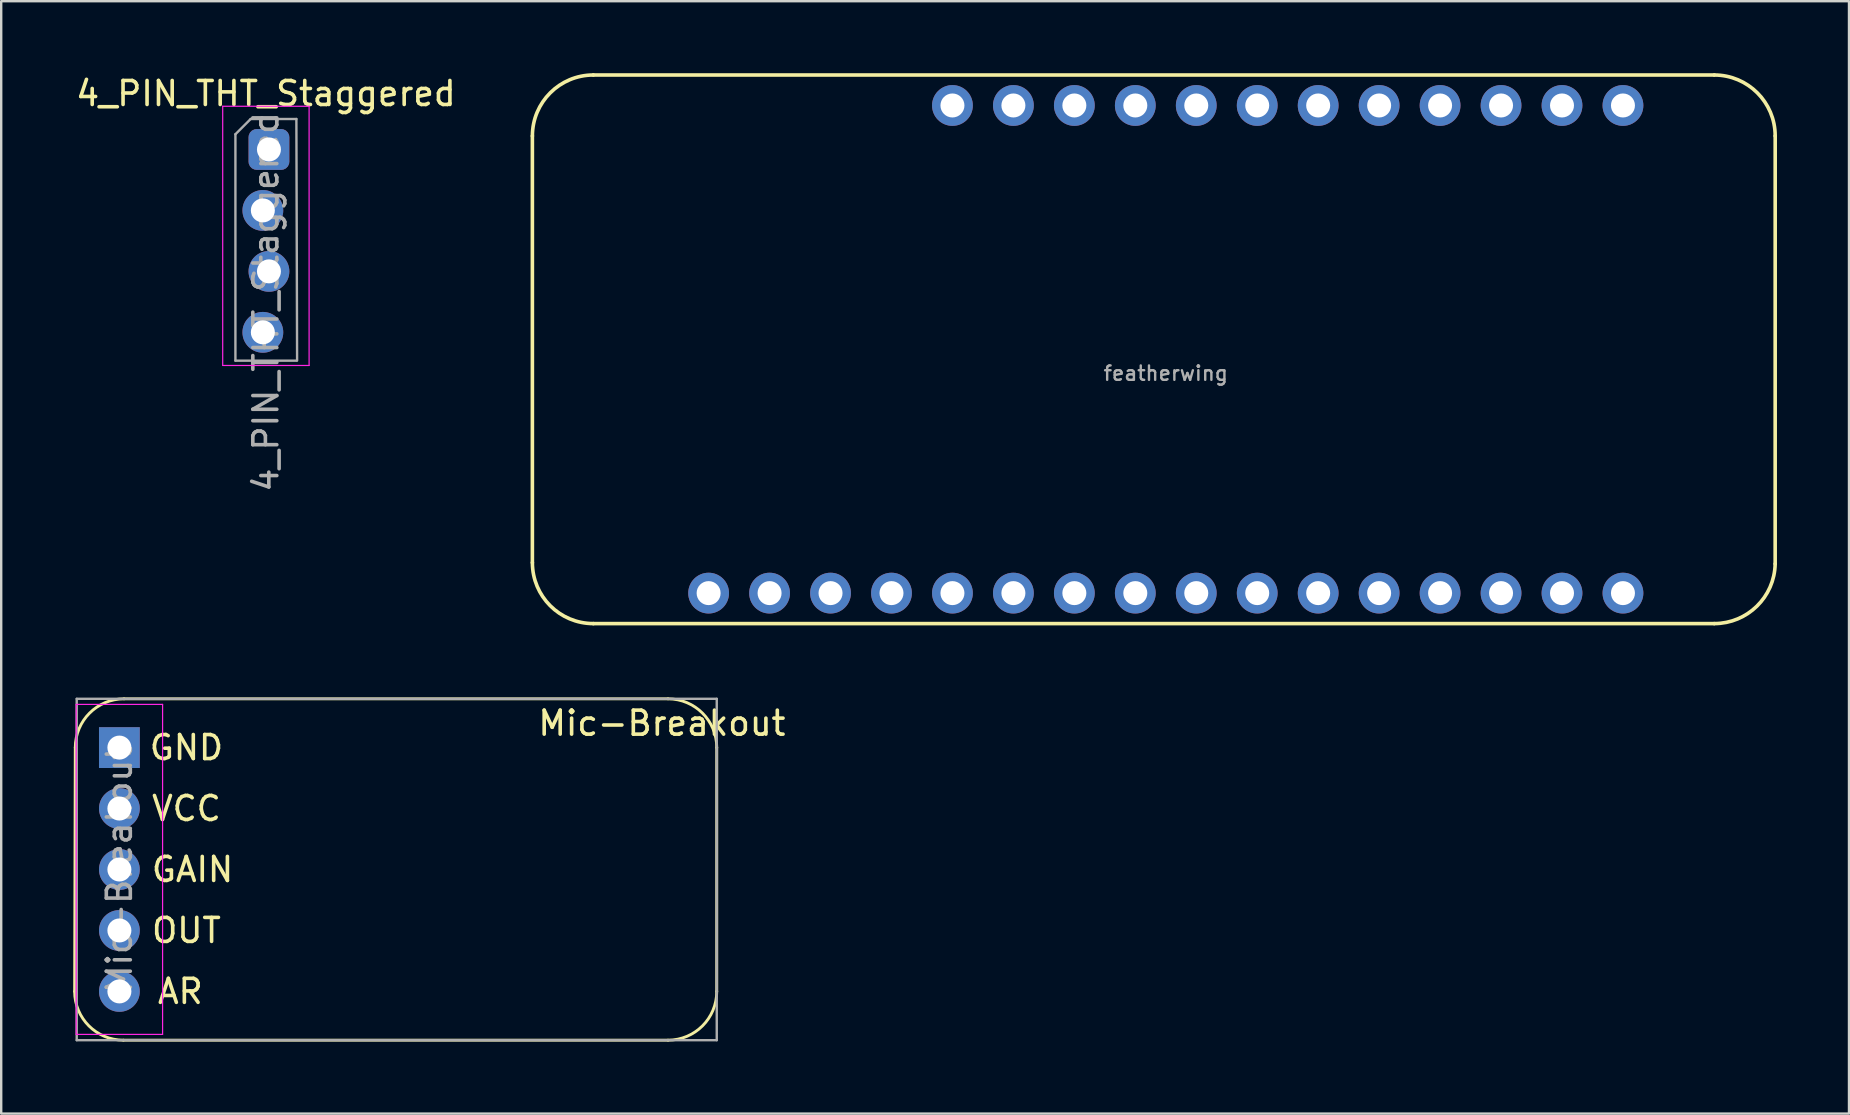
<source format=kicad_pcb>
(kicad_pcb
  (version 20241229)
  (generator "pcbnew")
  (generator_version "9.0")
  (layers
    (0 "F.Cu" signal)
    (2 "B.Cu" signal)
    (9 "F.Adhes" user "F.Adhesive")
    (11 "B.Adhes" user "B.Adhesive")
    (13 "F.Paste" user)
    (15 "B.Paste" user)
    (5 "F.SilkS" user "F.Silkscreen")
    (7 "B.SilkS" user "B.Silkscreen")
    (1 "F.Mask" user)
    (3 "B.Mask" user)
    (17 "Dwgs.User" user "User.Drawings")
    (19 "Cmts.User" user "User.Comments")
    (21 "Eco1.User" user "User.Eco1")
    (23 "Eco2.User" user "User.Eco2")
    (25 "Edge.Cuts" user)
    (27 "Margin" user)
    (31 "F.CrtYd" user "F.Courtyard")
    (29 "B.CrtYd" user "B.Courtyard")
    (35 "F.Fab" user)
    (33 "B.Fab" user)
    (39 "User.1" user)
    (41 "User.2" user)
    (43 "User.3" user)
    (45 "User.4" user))
  (footprint "Mic-Breakout"
    (layer "F.Cu")
    (at 1.925 28.102)
    (property "Reference" "Mic-Breakout" (at 22.606 -1.016 0) (layer "F.SilkS") (effects (font (size 1 1) (thickness 0.15))))
    (attr through_hole)
    (fp_line (start -1.865 10.16) (end -1.838 0) (stroke (width 0.12) (type solid)) (layer "F.SilkS"))
    (fp_line (start 0.167 12.192) (end 22.86 12.192) (stroke (width 0.12) (type solid)) (layer "F.SilkS"))
    (fp_line (start 0.194 -2.032) (end 22.86 -2.032) (stroke (width 0.12) (type solid)) (layer "F.SilkS"))
    (fp_line (start 24.892 10.16) (end 24.892 0) (stroke (width 0.12) (type solid)) (layer "F.SilkS"))
    (fp_arc (start -1.838 0) (mid -1.242841 -1.436841) (end 0.194 -2.032) (stroke (width 0.12) (type solid)) (layer "F.SilkS"))
    (fp_arc (start 0.166841 12.192) (mid -1.27 11.596841) (end -1.865159 10.16) (stroke (width 0.12) (type solid)) (layer "F.SilkS"))
    (fp_arc (start 22.86 -2.032) (mid 24.296841 -1.436841) (end 24.892 0) (stroke (width 0.12) (type solid)) (layer "F.SilkS"))
    (fp_arc (start 24.892 10.16) (mid 24.296841 11.596841) (end 22.86 12.192) (stroke (width 0.12) (type solid)) (layer "F.SilkS"))
    (fp_line (start -1.8 -1.8) (end -1.8 11.95) (stroke (width 0.05) (type solid)) (layer "F.CrtYd"))
    (fp_line (start -1.8 11.95) (end 1.8 11.95) (stroke (width 0.05) (type solid)) (layer "F.CrtYd"))
    (fp_line (start 1.8 -1.8) (end -1.8 -1.8) (stroke (width 0.05) (type solid)) (layer "F.CrtYd"))
    (fp_line (start 1.8 11.95) (end 1.8 -1.8) (stroke (width 0.05) (type solid)) (layer "F.CrtYd"))
    (fp_line (start -1.778 12.192) (end -1.778 -2.032) (stroke (width 0.1) (type solid)) (layer "F.Fab"))
    (fp_line (start 24.892 -2.032) (end -1.778 -2.032) (stroke (width 0.1) (type solid)) (layer "F.Fab"))
    (fp_line (start 24.892 -2.032) (end 24.892 12.192) (stroke (width 0.1) (type solid)) (layer "F.Fab"))
    (fp_line (start 24.892 12.192) (end -1.778 12.192) (stroke (width 0.1) (type solid)) (layer "F.Fab"))
    (fp_text user "VCC" (at 2.794 2.54 0) (unlocked yes) (layer "F.SilkS") (effects (font (size 1 1) (thickness 0.15))))
    (fp_text user "OUT" (at 2.794 7.62 0) (unlocked yes) (layer "F.SilkS") (effects (font (size 1 1) (thickness 0.15))))
    (fp_text user "AR" (at 2.54 10.16 0) (unlocked yes) (layer "F.SilkS") (effects (font (size 1 1) (thickness 0.15))))
    (fp_text user "GAIN" (at 3.048 5.08 0) (unlocked yes) (layer "F.SilkS") (effects (font (size 1 1) (thickness 0.15))))
    (fp_text user "GND" (at 2.794 0 0) (unlocked yes) (layer "F.SilkS") (effects (font (size 1 1) (thickness 0.15))))
    (fp_text user "${REFERENCE}" (at 0 5.08 90) (layer "F.Fab") (effects (font (size 1 1) (thickness 0.15))))
    (pad "1" thru_hole rect (at 0 0) (size 1.7 1.7) (drill 1) (layers "*.Cu" "*.Mask"))
    (pad "2" thru_hole oval (at 0 2.54) (size 1.7 1.7) (drill 1) (layers "*.Cu" "*.Mask"))
    (pad "3" thru_hole oval (at 0 5.08) (size 1.7 1.7) (drill 1) (layers "*.Cu" "*.Mask"))
    (pad "4" thru_hole oval (at 0 7.62) (size 1.7 1.7) (drill 1) (layers "*.Cu" "*.Mask"))
    (pad "5" thru_hole oval (at 0 10.16) (size 1.7 1.7) (drill 1) (layers "*.Cu" "*.Mask")))
  (footprint "featherwing"
    (layer "F.Cu")
    (at 45.528 11.505)
    (property "Reference" "featherwing" (at 0 1 0) (layer "F.Fab") (effects (font (size 0.6 0.6) (thickness 0.1))))
    (fp_line (start -26.394 -8.89) (end -26.394 8.89) (stroke (width 0.15) (type solid)) (layer "F.SilkS"))
    (fp_line (start -23.854 11.43) (end 22.854 11.43) (stroke (width 0.15) (type solid)) (layer "F.SilkS"))
    (fp_line (start 22.854 -11.43) (end -23.854 -11.43) (stroke (width 0.15) (type solid)) (layer "F.SilkS"))
    (fp_line (start 25.393 8.939) (end 25.394 -8.89) (stroke (width 0.15) (type solid)) (layer "F.SilkS"))
    (fp_arc (start -26.3936 -8.89) (mid -25.649651 -10.686051) (end -23.8536 -11.43) (stroke (width 0.15) (type solid)) (layer "F.SilkS"))
    (fp_arc (start -23.8536 11.43) (mid -25.649651 10.686051) (end -26.3936 8.89) (stroke (width 0.15) (type solid)) (layer "F.SilkS"))
    (fp_arc (start 22.8536 -11.43) (mid 24.649651 -10.686051) (end 25.3936 -8.89) (stroke (width 0.15) (type solid)) (layer "F.SilkS"))
    (fp_arc (start 25.393135 8.938766) (mid 24.632329 10.703212) (end 22.8536 11.43) (stroke (width 0.15) (type solid)) (layer "F.SilkS"))
    (fp_text user "${REFERENCE}" (at 17.78 8.89 180) (layer "Eco1.User") (effects (font (size 0.3 0.3) (thickness 0.03))))
    (pad "1" thru_hole circle (at -19.05 10.16) (size 1.7 1.7) (drill 1) (layers "*.Cu" "*.Mask"))
    (pad "2" thru_hole circle (at -16.51 10.16) (size 1.7 1.7) (drill 1) (layers "*.Cu" "*.Mask"))
    (pad "3" thru_hole circle (at -13.97 10.16) (size 1.7 1.7) (drill 1) (layers "*.Cu" "*.Mask"))
    (pad "4" thru_hole circle (at -11.43 10.16) (size 1.7 1.7) (drill 1) (layers "*.Cu" "*.Mask"))
    (pad "5" thru_hole circle (at -8.89 10.16) (size 1.7 1.7) (drill 1) (layers "*.Cu" "*.Mask"))
    (pad "6" thru_hole circle (at -6.35 10.16) (size 1.7 1.7) (drill 1) (layers "*.Cu" "*.Mask"))
    (pad "7" thru_hole circle (at -3.81 10.16) (size 1.7 1.7) (drill 1) (layers "*.Cu" "*.Mask"))
    (pad "8" thru_hole circle (at -1.27 10.16) (size 1.7 1.7) (drill 1) (layers "*.Cu" "*.Mask"))
    (pad "9" thru_hole circle (at 1.27 10.16) (size 1.7 1.7) (drill 1) (layers "*.Cu" "*.Mask"))
    (pad "10" thru_hole circle (at 3.81 10.16) (size 1.7 1.7) (drill 1) (layers "*.Cu" "*.Mask"))
    (pad "11" thru_hole circle (at 6.35 10.16) (size 1.7 1.7) (drill 1) (layers "*.Cu" "*.Mask"))
    (pad "12" thru_hole circle (at 8.89 10.16) (size 1.7 1.7) (drill 1) (layers "*.Cu" "*.Mask"))
    (pad "13" thru_hole circle (at 11.43 10.16) (size 1.7 1.7) (drill 1) (layers "*.Cu" "*.Mask"))
    (pad "14" thru_hole circle (at 13.97 10.16) (size 1.7 1.7) (drill 1) (layers "*.Cu" "*.Mask"))
    (pad "15" thru_hole circle (at 16.51 10.16) (size 1.7 1.7) (drill 1) (layers "*.Cu" "*.Mask"))
    (pad "16" thru_hole circle (at 19.05 10.16) (size 1.7 1.7) (drill 1) (layers "*.Cu" "*.Mask"))
    (pad "17" thru_hole circle (at 19.05 -10.16) (size 1.7 1.7) (drill 1) (layers "*.Cu" "*.Mask"))
    (pad "18" thru_hole circle (at 16.51 -10.16) (size 1.7 1.7) (drill 1) (layers "*.Cu" "*.Mask"))
    (pad "19" thru_hole circle (at 13.97 -10.16) (size 1.7 1.7) (drill 1) (layers "*.Cu" "*.Mask"))
    (pad "20" thru_hole circle (at 11.43 -10.16) (size 1.7 1.7) (drill 1) (layers "*.Cu" "*.Mask"))
    (pad "21" thru_hole circle (at 8.89 -10.16) (size 1.7 1.7) (drill 1) (layers "*.Cu" "*.Mask"))
    (pad "22" thru_hole circle (at 6.35 -10.16) (size 1.7 1.7) (drill 1) (layers "*.Cu" "*.Mask"))
    (pad "23" thru_hole circle (at 3.81 -10.16) (size 1.7 1.7) (drill 1) (layers "*.Cu" "*.Mask"))
    (pad "24" thru_hole circle (at 1.27 -10.16) (size 1.7 1.7) (drill 1) (layers "*.Cu" "*.Mask"))
    (pad "25" thru_hole circle (at -1.27 -10.16) (size 1.7 1.7) (drill 1) (layers "*.Cu" "*.Mask"))
    (pad "26" thru_hole circle (at -3.81 -10.16) (size 1.7 1.7) (drill 1) (layers "*.Cu" "*.Mask"))
    (pad "27" thru_hole circle (at -6.35 -10.16) (size 1.7 1.7) (drill 1) (layers "*.Cu" "*.Mask"))
    (pad "28" thru_hole circle (at -8.89 -10.16) (size 1.7 1.7) (drill 1) (layers "*.Cu" "*.Mask")))
  (footprint "4_PIN_THT_Staggered"
    (layer "F.Cu")
    (at 8.03 3.178)
    (property "Reference" "4_PIN_THT_Staggered" (at 0 -2.33 0) (layer "F.SilkS") (effects (font (size 1 1) (thickness 0.15))))
    (fp_line (start -1.8 -1.8) (end -1.8 9) (stroke (width 0.05) (type solid)) (layer "F.CrtYd"))
    (fp_line (start -1.8 9) (end 1.8 9) (stroke (width 0.05) (type solid)) (layer "F.CrtYd"))
    (fp_line (start 1.8 -1.8) (end -1.8 -1.8) (stroke (width 0.05) (type solid)) (layer "F.CrtYd"))
    (fp_line (start 1.8 9) (end 1.8 -1.8) (stroke (width 0.05) (type solid)) (layer "F.CrtYd"))
    (fp_line (start -1.27 -0.635) (end -0.635 -1.27) (stroke (width 0.1) (type solid)) (layer "F.Fab"))
    (fp_line (start -1.27 8.8) (end -1.27 -0.635) (stroke (width 0.1) (type solid)) (layer "F.Fab"))
    (fp_line (start -0.635 -1.27) (end 1.27 -1.27) (stroke (width 0.1) (type solid)) (layer "F.Fab"))
    (fp_line (start 1.27 -1.27) (end 1.3 8.8) (stroke (width 0.1) (type solid)) (layer "F.Fab"))
    (fp_line (start 1.27 8.8) (end -1.27 8.8) (stroke (width 0.1) (type solid)) (layer "F.Fab"))
    (fp_text user "${REFERENCE}" (at 0 6.35 90) (layer "F.Fab") (effects (font (size 1 1) (thickness 0.15))))
    (pad "1" thru_hole roundrect (at 0.127 0) (size 1.7 1.7) (drill 1) (layers "*.Cu" "*.Mask") (roundrect_rratio 0.2))
    (pad "2" thru_hole oval (at -0.127 2.54) (size 1.7 1.7) (drill 1) (layers "*.Cu" "*.Mask"))
    (pad "3" thru_hole oval (at 0.127 5.08) (size 1.7 1.7) (drill 1) (layers "*.Cu" "*.Mask"))
    (pad "4" thru_hole oval (at -0.127 7.62) (size 1.7 1.7) (drill 1) (layers "*.Cu" "*.Mask")))
  (gr_rect
    (start -3 -3)
    (end 73.997 43.354)
    (stroke (width 0.1) (type default))
    (fill no)
    (layer "Edge.Cuts")))
</source>
